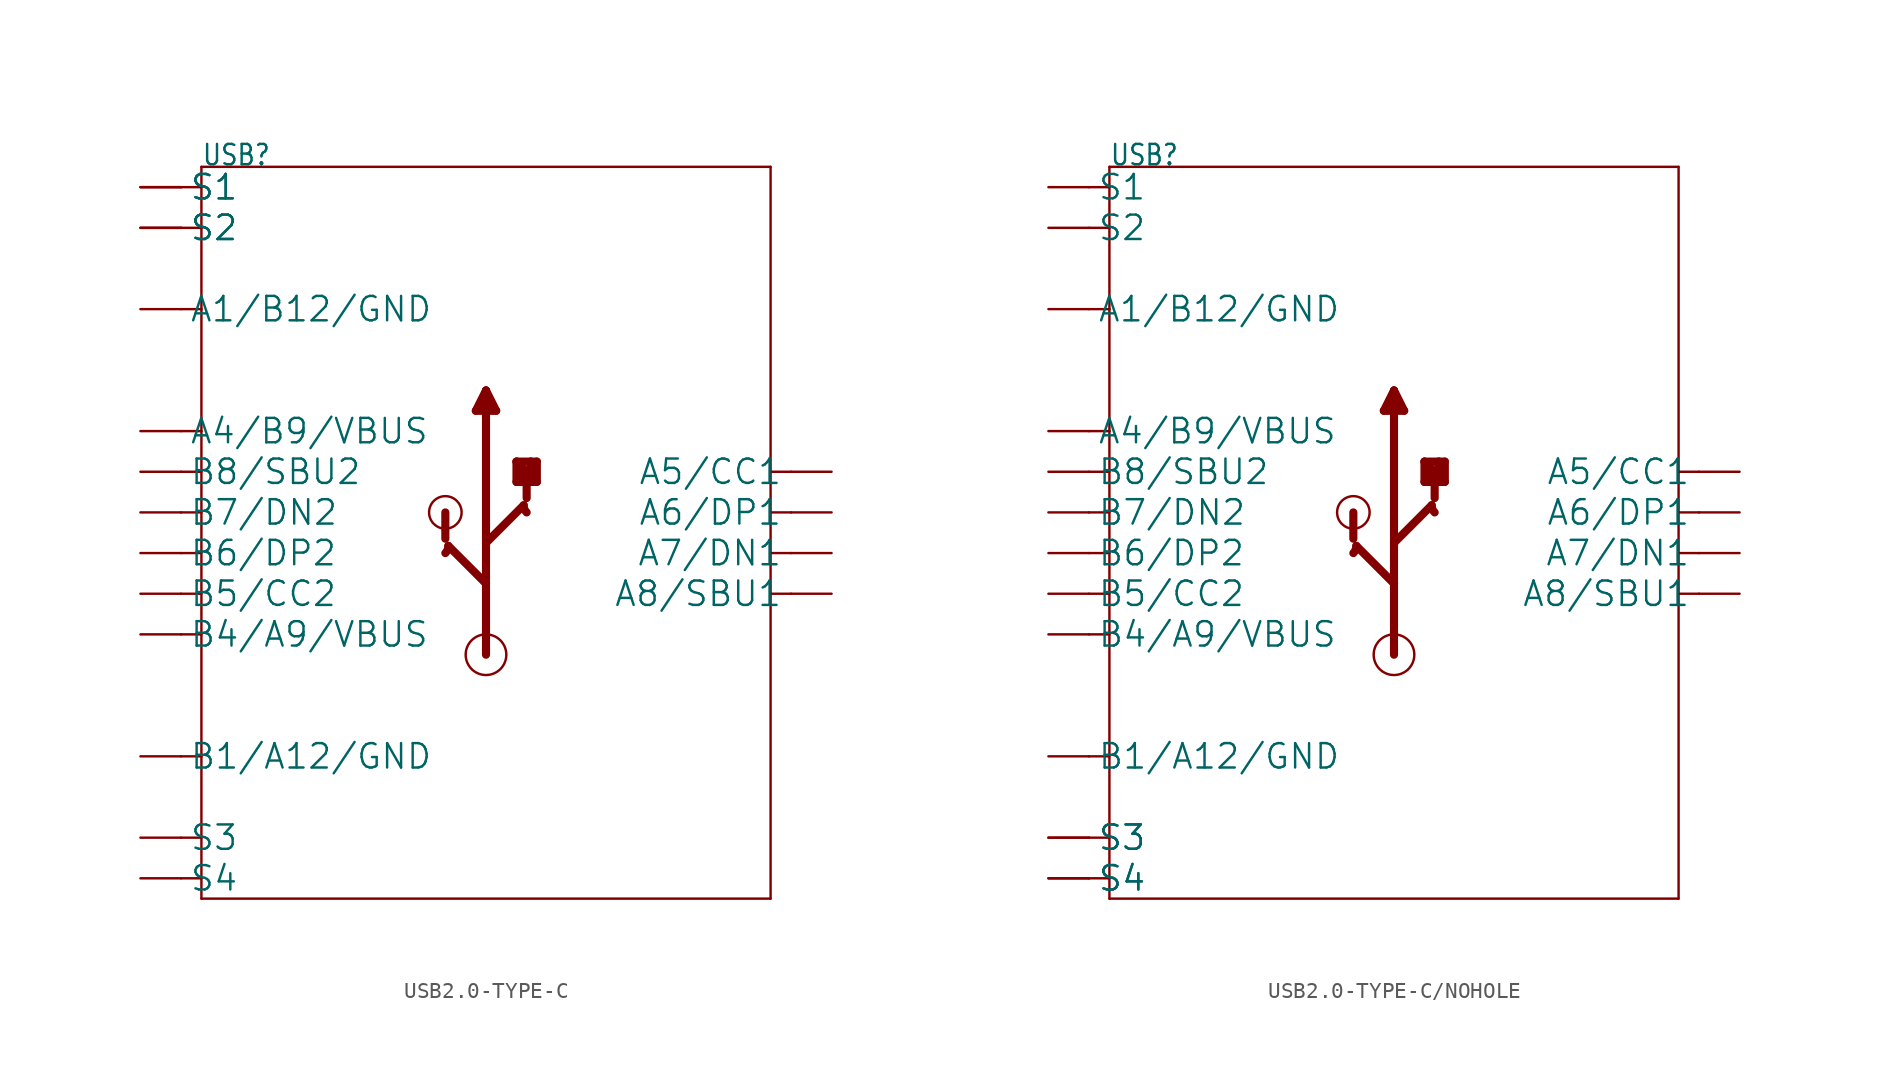
<source format=kicad_sym>
(kicad_symbol_lib
  (version 20241209)
  (generator "kicad_symbol_editor")
  (generator_version "9.0")
  (symbol "USB2.0-TYPE-C"
    (property "Reference" "USB"
      (at -17.78 22.86 0)
      (effects (font (size 1.27 1.079)) (justify left bottom)))
    (property "Value" ""
      (at -7.62 22.86 0)
      (effects (font (size 1.27 1.079)) (justify left bottom)))
    (property "ki_locked" ""
      (at 0 0 0)
      (effects (font (size 1.27 1.27))))
    (symbol "USB2.0-TYPE-C_1_0"
      (polyline (pts (xy -19.05 21.59) (xy -17.78 21.59)) (stroke (width 0.152) (type solid)) (fill (type none)))
      (polyline (pts (xy -19.05 19.05) (xy -17.78 19.05)) (stroke (width 0.152) (type solid)) (fill (type none)))
      (polyline (pts (xy -19.05 13.97) (xy -17.78 13.97)) (stroke (width 0.152) (type solid)) (fill (type none)))
      (polyline (pts (xy -19.05 6.35) (xy -17.78 6.35)) (stroke (width 0.152) (type solid)) (fill (type none)))
      (polyline (pts (xy -19.05 3.81) (xy -17.78 3.81)) (stroke (width 0.152) (type solid)) (fill (type none)))
      (polyline (pts (xy -19.05 1.27) (xy -17.78 1.27)) (stroke (width 0.152) (type solid)) (fill (type none)))
      (polyline (pts (xy -19.05 -1.27) (xy -17.78 -1.27)) (stroke (width 0.152) (type solid)) (fill (type none)))
      (polyline (pts (xy -19.05 -3.81) (xy -17.78 -3.81)) (stroke (width 0.152) (type solid)) (fill (type none)))
      (polyline (pts (xy -19.05 -6.35) (xy -17.78 -6.35)) (stroke (width 0.152) (type solid)) (fill (type none)))
      (polyline (pts (xy -19.05 -13.97) (xy -17.78 -13.97)) (stroke (width 0.152) (type solid)) (fill (type none)))
      (polyline (pts (xy -19.05 -19.05) (xy -17.78 -19.05)) (stroke (width 0.152) (type solid)) (fill (type none)))
      (polyline (pts (xy -19.05 -21.59) (xy -17.78 -21.59)) (stroke (width 0.152) (type solid)) (fill (type none)))
      (polyline (pts (xy -17.78 22.86) (xy 17.78 22.86)) (stroke (width 0.152) (type solid)) (fill (type none)))
      (polyline (pts (xy -17.78 21.59) (xy -17.78 22.86)) (stroke (width 0.152) (type solid)) (fill (type none)))
      (polyline (pts (xy -17.78 19.05) (xy -17.78 21.59)) (stroke (width 0.152) (type solid)) (fill (type none)))
      (polyline (pts (xy -17.78 13.97) (xy -17.78 19.05)) (stroke (width 0.152) (type solid)) (fill (type none)))
      (polyline (pts (xy -17.78 6.35) (xy -17.78 13.97)) (stroke (width 0.152) (type solid)) (fill (type none)))
      (polyline (pts (xy -17.78 -19.05) (xy -17.78 6.35)) (stroke (width 0.152) (type solid)) (fill (type none)))
      (polyline (pts (xy -17.78 -21.59) (xy -17.78 -19.05)) (stroke (width 0.152) (type solid)) (fill (type none)))
      (polyline (pts (xy -17.78 -22.86) (xy -17.78 -21.59)) (stroke (width 0.152) (type solid)) (fill (type none)))
      (arc (start -2.354 -0.8209) (mid -2.4023 -1.0639) (end -2.54 -1.2698) (stroke (width 0.508) (type solid)) (fill (type none)))
      (circle (center -2.54 1.27) (radius 1.016) (stroke (width 0) (type solid)) (fill (type none)))
      (polyline (pts (xy -2.54 -0.372) (xy -2.54 1.27)) (stroke (width 0.508) (type solid)) (fill (type none)))
      (polyline (pts (xy -0.635 7.62) (xy 0.635 7.62)) (stroke (width 0.508) (type solid)) (fill (type none)))
      (polyline (pts (xy 0 8.89) (xy -0.635 7.62)) (stroke (width 0.508) (type solid)) (fill (type none)))
      (polyline (pts (xy 0 -0.635) (xy 0 8.89)) (stroke (width 0.508) (type solid)) (fill (type none)))
      (polyline (pts (xy 0 -0.635) (xy 2.354 1.719)) (stroke (width 0.508) (type solid)) (fill (type none)))
      (polyline (pts (xy 0 -3.175) (xy -2.354 -0.821)) (stroke (width 0.508) (type solid)) (fill (type none)))
      (polyline (pts (xy 0 -3.175) (xy 0 -0.635)) (stroke (width 0.508) (type solid)) (fill (type none)))
      (polyline (pts (xy 0 -7.62) (xy 0 -3.175)) (stroke (width 0.508) (type solid)) (fill (type none)))
      (circle (center 0 -7.62) (radius 1.27) (stroke (width 0) (type solid)) (fill (type none)))
      (polyline (pts (xy 0.635 7.62) (xy 0 8.89)) (stroke (width 0.508) (type solid)) (fill (type none)))
      (polyline (pts (xy 1.905 4.445) (xy 2.794 4.445)) (stroke (width 0.508) (type solid)) (fill (type none)))
      (polyline (pts (xy 1.905 3.175) (xy 1.905 4.445)) (stroke (width 0.508) (type solid)) (fill (type none)))
      (polyline (pts (xy 2.159 3.302) (xy 2.159 3.81)) (stroke (width 0.508) (type solid)) (fill (type none)))
      (polyline (pts (xy 2.54 3.81) (xy 1.905 4.445)) (stroke (width 0.508) (type solid)) (fill (type none)))
      (polyline (pts (xy 2.54 2.168) (xy 2.54 3.81)) (stroke (width 0.508) (type solid)) (fill (type none)))
      (polyline (pts (xy 2.794 4.445) (xy 2.794 3.302)) (stroke (width 0.508) (type solid)) (fill (type none)))
      (polyline (pts (xy 2.794 4.445) (xy 3.175 4.445)) (stroke (width 0.508) (type solid)) (fill (type none)))
      (polyline (pts (xy 2.794 3.302) (xy 2.159 3.302)) (stroke (width 0.508) (type solid)) (fill (type none)))
      (arc (start 2.5399 1.27) (mid 2.4023 1.476) (end 2.354 1.719) (stroke (width 0.508) (type solid)) (fill (type none)))
      (polyline (pts (xy 3.175 4.445) (xy 3.175 3.175)) (stroke (width 0.508) (type solid)) (fill (type none)))
      (polyline (pts (xy 3.175 3.175) (xy 1.905 3.175)) (stroke (width 0.508) (type solid)) (fill (type none)))
      (polyline (pts (xy 17.78 22.86) (xy 17.78 -22.86)) (stroke (width 0.152) (type solid)) (fill (type none)))
      (polyline (pts (xy 17.78 -22.86) (xy -17.78 -22.86)) (stroke (width 0.152) (type solid)) (fill (type none)))
      (polyline (pts (xy 19.05 3.81) (xy 17.78 3.81)) (stroke (width 0.152) (type solid)) (fill (type none)))
      (polyline (pts (xy 19.05 1.27) (xy 17.78 1.27)) (stroke (width 0.152) (type solid)) (fill (type none)))
      (polyline (pts (xy 19.05 -1.27) (xy 17.78 -1.27)) (stroke (width 0.152) (type solid)) (fill (type none)))
      (polyline (pts (xy 19.05 -3.81) (xy 17.78 -3.81)) (stroke (width 0.152) (type solid)) (fill (type none)))
      (pin bidirectional line (at -21.59 21.59 0) (length 2.54) (name "S1" (effects (font (size 1.524 1.524)))) (number "S1" (effects (font (size 0 0)))))
      (pin bidirectional line (at -21.59 21.59 0) (length 2.54) (name "S1" (effects (font (size 1.524 1.524)))) (number "S5" (effects (font (size 0 0)))))
      (pin bidirectional line (at -21.59 19.05 0) (length 2.54) (name "S2" (effects (font (size 1.524 1.524)))) (number "S2" (effects (font (size 0 0)))))
      (pin bidirectional line (at -21.59 19.05 0) (length 2.54) (name "S2" (effects (font (size 1.524 1.524)))) (number "S6" (effects (font (size 0 0)))))
      (pin bidirectional line (at -21.59 13.97 0) (length 2.54) (name "A1/B12/GND" (effects (font (size 1.524 1.524)))) (number "A1_B12" (effects (font (size 0 0)))))
      (pin bidirectional line (at -21.59 6.35 0) (length 2.54) (name "A4/B9/VBUS" (effects (font (size 1.524 1.524)))) (number "A4_B9" (effects (font (size 0 0)))))
      (pin bidirectional line (at -21.59 3.81 0) (length 2.54) (name "B8/SBU2" (effects (font (size 1.524 1.524)))) (number "B8" (effects (font (size 0 0)))))
      (pin bidirectional line (at -21.59 1.27 0) (length 2.54) (name "B7/DN2" (effects (font (size 1.524 1.524)))) (number "B7" (effects (font (size 0 0)))))
      (pin bidirectional line (at -21.59 -1.27 0) (length 2.54) (name "B6/DP2" (effects (font (size 1.524 1.524)))) (number "B6" (effects (font (size 0 0)))))
      (pin bidirectional line (at -21.59 -3.81 0) (length 2.54) (name "B5/CC2" (effects (font (size 1.524 1.524)))) (number "B5" (effects (font (size 0 0)))))
      (pin bidirectional line (at -21.59 -6.35 0) (length 2.54) (name "B4/A9/VBUS" (effects (font (size 1.524 1.524)))) (number "B4_A9" (effects (font (size 0 0)))))
      (pin bidirectional line (at -21.59 -13.97 0) (length 2.54) (name "B1/A12/GND" (effects (font (size 1.524 1.524)))) (number "B1_A12" (effects (font (size 0 0)))))
      (pin bidirectional line (at -21.59 -19.05 0) (length 2.54) (name "S3" (effects (font (size 1.524 1.524)))) (number "S3" (effects (font (size 0 0)))))
      (pin bidirectional line (at -21.59 -21.59 0) (length 2.54) (name "S4" (effects (font (size 1.524 1.524)))) (number "S4" (effects (font (size 0 0)))))
      (pin bidirectional line (at 21.59 3.81 180) (length 2.54) (name "A5/CC1" (effects (font (size 1.524 1.524)))) (number "A5" (effects (font (size 0 0)))))
      (pin bidirectional line (at 21.59 1.27 180) (length 2.54) (name "A6/DP1" (effects (font (size 1.524 1.524)))) (number "A6" (effects (font (size 0 0)))))
      (pin bidirectional line (at 21.59 -1.27 180) (length 2.54) (name "A7/DN1" (effects (font (size 1.524 1.524)))) (number "A7" (effects (font (size 0 0)))))
      (pin bidirectional line (at 21.59 -3.81 180) (length 2.54) (name "A8/SBU1" (effects (font (size 1.524 1.524)))) (number "A8" (effects (font (size 0 0)))))))
  (symbol "USB2.0-TYPE-C/NOHOLE"
    (property "Reference" "USB"
      (at -17.78 22.86 0)
      (effects (font (size 1.27 1.079)) (justify left bottom)))
    (property "Value" ""
      (at -7.62 22.86 0)
      (effects (font (size 1.27 1.079)) (justify left bottom)))
    (property "ki_locked" ""
      (at 0 0 0)
      (effects (font (size 1.27 1.27))))
    (symbol "USB2.0-TYPE-C/NOHOLE_1_0"
      (polyline (pts (xy -19.05 21.59) (xy -17.78 21.59)) (stroke (width 0.152) (type solid)) (fill (type none)))
      (polyline (pts (xy -19.05 19.05) (xy -17.78 19.05)) (stroke (width 0.152) (type solid)) (fill (type none)))
      (polyline (pts (xy -19.05 13.97) (xy -17.78 13.97)) (stroke (width 0.152) (type solid)) (fill (type none)))
      (polyline (pts (xy -19.05 6.35) (xy -17.78 6.35)) (stroke (width 0.152) (type solid)) (fill (type none)))
      (polyline (pts (xy -19.05 3.81) (xy -17.78 3.81)) (stroke (width 0.152) (type solid)) (fill (type none)))
      (polyline (pts (xy -19.05 1.27) (xy -17.78 1.27)) (stroke (width 0.152) (type solid)) (fill (type none)))
      (polyline (pts (xy -19.05 -1.27) (xy -17.78 -1.27)) (stroke (width 0.152) (type solid)) (fill (type none)))
      (polyline (pts (xy -19.05 -3.81) (xy -17.78 -3.81)) (stroke (width 0.152) (type solid)) (fill (type none)))
      (polyline (pts (xy -19.05 -6.35) (xy -17.78 -6.35)) (stroke (width 0.152) (type solid)) (fill (type none)))
      (polyline (pts (xy -19.05 -13.97) (xy -17.78 -13.97)) (stroke (width 0.152) (type solid)) (fill (type none)))
      (polyline (pts (xy -19.05 -19.05) (xy -17.78 -19.05)) (stroke (width 0.152) (type solid)) (fill (type none)))
      (polyline (pts (xy -19.05 -21.59) (xy -17.78 -21.59)) (stroke (width 0.152) (type solid)) (fill (type none)))
      (polyline (pts (xy -17.78 22.86) (xy 17.78 22.86)) (stroke (width 0.152) (type solid)) (fill (type none)))
      (polyline (pts (xy -17.78 21.59) (xy -17.78 22.86)) (stroke (width 0.152) (type solid)) (fill (type none)))
      (polyline (pts (xy -17.78 19.05) (xy -17.78 21.59)) (stroke (width 0.152) (type solid)) (fill (type none)))
      (polyline (pts (xy -17.78 13.97) (xy -17.78 19.05)) (stroke (width 0.152) (type solid)) (fill (type none)))
      (polyline (pts (xy -17.78 6.35) (xy -17.78 13.97)) (stroke (width 0.152) (type solid)) (fill (type none)))
      (polyline (pts (xy -17.78 -19.05) (xy -17.78 6.35)) (stroke (width 0.152) (type solid)) (fill (type none)))
      (polyline (pts (xy -17.78 -21.59) (xy -17.78 -19.05)) (stroke (width 0.152) (type solid)) (fill (type none)))
      (polyline (pts (xy -17.78 -22.86) (xy -17.78 -21.59)) (stroke (width 0.152) (type solid)) (fill (type none)))
      (arc (start -2.354 -0.8209) (mid -2.4023 -1.0639) (end -2.54 -1.2698) (stroke (width 0.508) (type solid)) (fill (type none)))
      (circle (center -2.54 1.27) (radius 1.016) (stroke (width 0) (type solid)) (fill (type none)))
      (polyline (pts (xy -2.54 -0.372) (xy -2.54 1.27)) (stroke (width 0.508) (type solid)) (fill (type none)))
      (polyline (pts (xy -0.635 7.62) (xy 0.635 7.62)) (stroke (width 0.508) (type solid)) (fill (type none)))
      (polyline (pts (xy 0 8.89) (xy -0.635 7.62)) (stroke (width 0.508) (type solid)) (fill (type none)))
      (polyline (pts (xy 0 -0.635) (xy 0 8.89)) (stroke (width 0.508) (type solid)) (fill (type none)))
      (polyline (pts (xy 0 -0.635) (xy 2.354 1.719)) (stroke (width 0.508) (type solid)) (fill (type none)))
      (polyline (pts (xy 0 -3.175) (xy -2.354 -0.821)) (stroke (width 0.508) (type solid)) (fill (type none)))
      (polyline (pts (xy 0 -3.175) (xy 0 -0.635)) (stroke (width 0.508) (type solid)) (fill (type none)))
      (polyline (pts (xy 0 -7.62) (xy 0 -3.175)) (stroke (width 0.508) (type solid)) (fill (type none)))
      (circle (center 0 -7.62) (radius 1.27) (stroke (width 0) (type solid)) (fill (type none)))
      (polyline (pts (xy 0.635 7.62) (xy 0 8.89)) (stroke (width 0.508) (type solid)) (fill (type none)))
      (polyline (pts (xy 1.905 4.445) (xy 2.794 4.445)) (stroke (width 0.508) (type solid)) (fill (type none)))
      (polyline (pts (xy 1.905 3.175) (xy 1.905 4.445)) (stroke (width 0.508) (type solid)) (fill (type none)))
      (polyline (pts (xy 2.159 3.302) (xy 2.159 3.81)) (stroke (width 0.508) (type solid)) (fill (type none)))
      (polyline (pts (xy 2.54 3.81) (xy 1.905 4.445)) (stroke (width 0.508) (type solid)) (fill (type none)))
      (polyline (pts (xy 2.54 2.168) (xy 2.54 3.81)) (stroke (width 0.508) (type solid)) (fill (type none)))
      (polyline (pts (xy 2.794 4.445) (xy 2.794 3.302)) (stroke (width 0.508) (type solid)) (fill (type none)))
      (polyline (pts (xy 2.794 4.445) (xy 3.175 4.445)) (stroke (width 0.508) (type solid)) (fill (type none)))
      (polyline (pts (xy 2.794 3.302) (xy 2.159 3.302)) (stroke (width 0.508) (type solid)) (fill (type none)))
      (arc (start 2.5399 1.27) (mid 2.4023 1.476) (end 2.354 1.719) (stroke (width 0.508) (type solid)) (fill (type none)))
      (polyline (pts (xy 3.175 4.445) (xy 3.175 3.175)) (stroke (width 0.508) (type solid)) (fill (type none)))
      (polyline (pts (xy 3.175 3.175) (xy 1.905 3.175)) (stroke (width 0.508) (type solid)) (fill (type none)))
      (polyline (pts (xy 17.78 22.86) (xy 17.78 -22.86)) (stroke (width 0.152) (type solid)) (fill (type none)))
      (polyline (pts (xy 17.78 -22.86) (xy -17.78 -22.86)) (stroke (width 0.152) (type solid)) (fill (type none)))
      (polyline (pts (xy 19.05 3.81) (xy 17.78 3.81)) (stroke (width 0.152) (type solid)) (fill (type none)))
      (polyline (pts (xy 19.05 1.27) (xy 17.78 1.27)) (stroke (width 0.152) (type solid)) (fill (type none)))
      (polyline (pts (xy 19.05 -1.27) (xy 17.78 -1.27)) (stroke (width 0.152) (type solid)) (fill (type none)))
      (polyline (pts (xy 19.05 -3.81) (xy 17.78 -3.81)) (stroke (width 0.152) (type solid)) (fill (type none)))
      (pin bidirectional line (at -21.59 21.59 0) (length 2.54) (name "S1" (effects (font (size 1.524 1.524)))) (number "S1" (effects (font (size 0 0)))))
      (pin bidirectional line (at -21.59 19.05 0) (length 2.54) (name "S2" (effects (font (size 1.524 1.524)))) (number "S2" (effects (font (size 0 0)))))
      (pin bidirectional line (at -21.59 13.97 0) (length 2.54) (name "A1/B12/GND" (effects (font (size 1.524 1.524)))) (number "A1_B12" (effects (font (size 0 0)))))
      (pin bidirectional line (at -21.59 6.35 0) (length 2.54) (name "A4/B9/VBUS" (effects (font (size 1.524 1.524)))) (number "A4_B9" (effects (font (size 0 0)))))
      (pin bidirectional line (at -21.59 3.81 0) (length 2.54) (name "B8/SBU2" (effects (font (size 1.524 1.524)))) (number "B8" (effects (font (size 0 0)))))
      (pin bidirectional line (at -21.59 1.27 0) (length 2.54) (name "B7/DN2" (effects (font (size 1.524 1.524)))) (number "B7" (effects (font (size 0 0)))))
      (pin bidirectional line (at -21.59 -1.27 0) (length 2.54) (name "B6/DP2" (effects (font (size 1.524 1.524)))) (number "B6" (effects (font (size 0 0)))))
      (pin bidirectional line (at -21.59 -3.81 0) (length 2.54) (name "B5/CC2" (effects (font (size 1.524 1.524)))) (number "B5" (effects (font (size 0 0)))))
      (pin bidirectional line (at -21.59 -6.35 0) (length 2.54) (name "B4/A9/VBUS" (effects (font (size 1.524 1.524)))) (number "B4_A9" (effects (font (size 0 0)))))
      (pin bidirectional line (at -21.59 -13.97 0) (length 2.54) (name "B1/A12/GND" (effects (font (size 1.524 1.524)))) (number "B1_A12" (effects (font (size 0 0)))))
      (pin bidirectional line (at -21.59 -19.05 0) (length 2.54) (name "S3" (effects (font (size 1.524 1.524)))) (number "S3" (effects (font (size 0 0)))))
      (pin bidirectional line (at -21.59 -19.05 0) (length 2.54) (name "S3" (effects (font (size 1.524 1.524)))) (number "S4" (effects (font (size 0 0)))))
      (pin bidirectional line (at -21.59 -21.59 0) (length 2.54) (name "S4" (effects (font (size 1.524 1.524)))) (number "S5" (effects (font (size 0 0)))))
      (pin bidirectional line (at -21.59 -21.59 0) (length 2.54) (name "S4" (effects (font (size 1.524 1.524)))) (number "S6" (effects (font (size 0 0)))))
      (pin bidirectional line (at 21.59 3.81 180) (length 2.54) (name "A5/CC1" (effects (font (size 1.524 1.524)))) (number "A5" (effects (font (size 0 0)))))
      (pin bidirectional line (at 21.59 1.27 180) (length 2.54) (name "A6/DP1" (effects (font (size 1.524 1.524)))) (number "A6" (effects (font (size 0 0)))))
      (pin bidirectional line (at 21.59 -1.27 180) (length 2.54) (name "A7/DN1" (effects (font (size 1.524 1.524)))) (number "A7" (effects (font (size 0 0)))))
      (pin bidirectional line (at 21.59 -3.81 180) (length 2.54) (name "A8/SBU1" (effects (font (size 1.524 1.524)))) (number "A8" (effects (font (size 0 0))))))))
</source>
